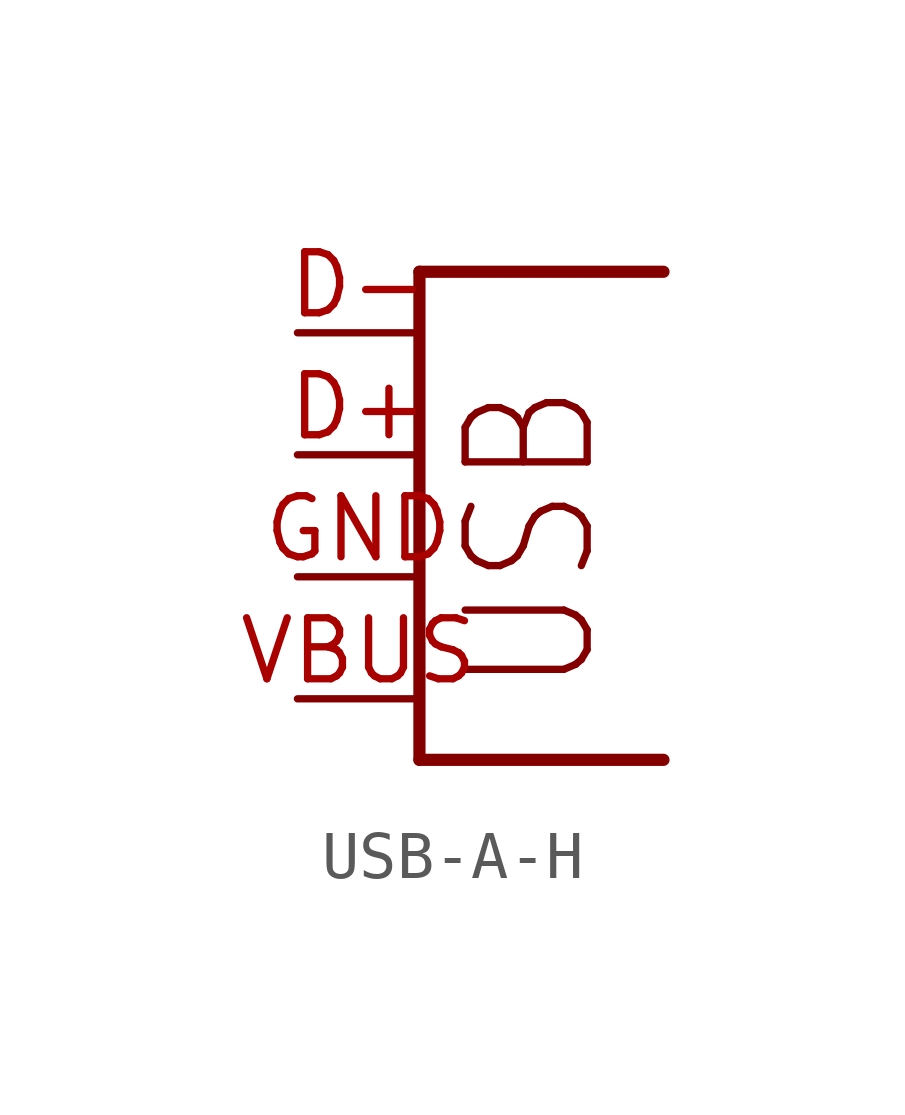
<source format=kicad_sym>
(kicad_symbol_lib
  (version 20211014)
  (generator kicad_symbol_editor)
  (symbol "USB-A-H"
    (property "Reference" "X"
      (at 0 0 0)
      (effects (font (size 1.27 1.27)) hide))
    (property "ki_locked" ""
      (at 0 0 0)
      (effects (font (size 1.27 1.27))))
    (symbol "USB-A-H_1_0"
      (polyline (pts (xy 0 -1.27) (xy 5.08 -1.27)) (stroke (width 0.254) (type default) (color 0 0 0 0)) (fill (type none)))
      (polyline (pts (xy 0 8.89) (xy 0 -1.27)) (stroke (width 0.254) (type default) (color 0 0 0 0)) (fill (type none)))
      (polyline (pts (xy 5.08 8.89) (xy 0 8.89)) (stroke (width 0.254) (type default) (color 0 0 0 0)) (fill (type none)))
      (text "USB" (at 3.81 0 900) (effects (font (size 2.54 2.159)) (justify left bottom)))
      (pin bidirectional line (at -2.54 5.08 0) (length 2.54) (name "D-" (effects (font (size 0 0)))) (number "D+" (effects (font (size 1.27 1.27)))))
      (pin bidirectional line (at -2.54 7.62 0) (length 2.54) (name "D+" (effects (font (size 0 0)))) (number "D-" (effects (font (size 1.27 1.27)))))
      (pin bidirectional line (at -2.54 2.54 0) (length 2.54) (name "VBUS" (effects (font (size 0 0)))) (number "GND" (effects (font (size 1.27 1.27)))))
      (pin bidirectional line (at -2.54 0 0) (length 2.54) (name "GND" (effects (font (size 0 0)))) (number "VBUS" (effects (font (size 1.27 1.27))))))))
</source>
